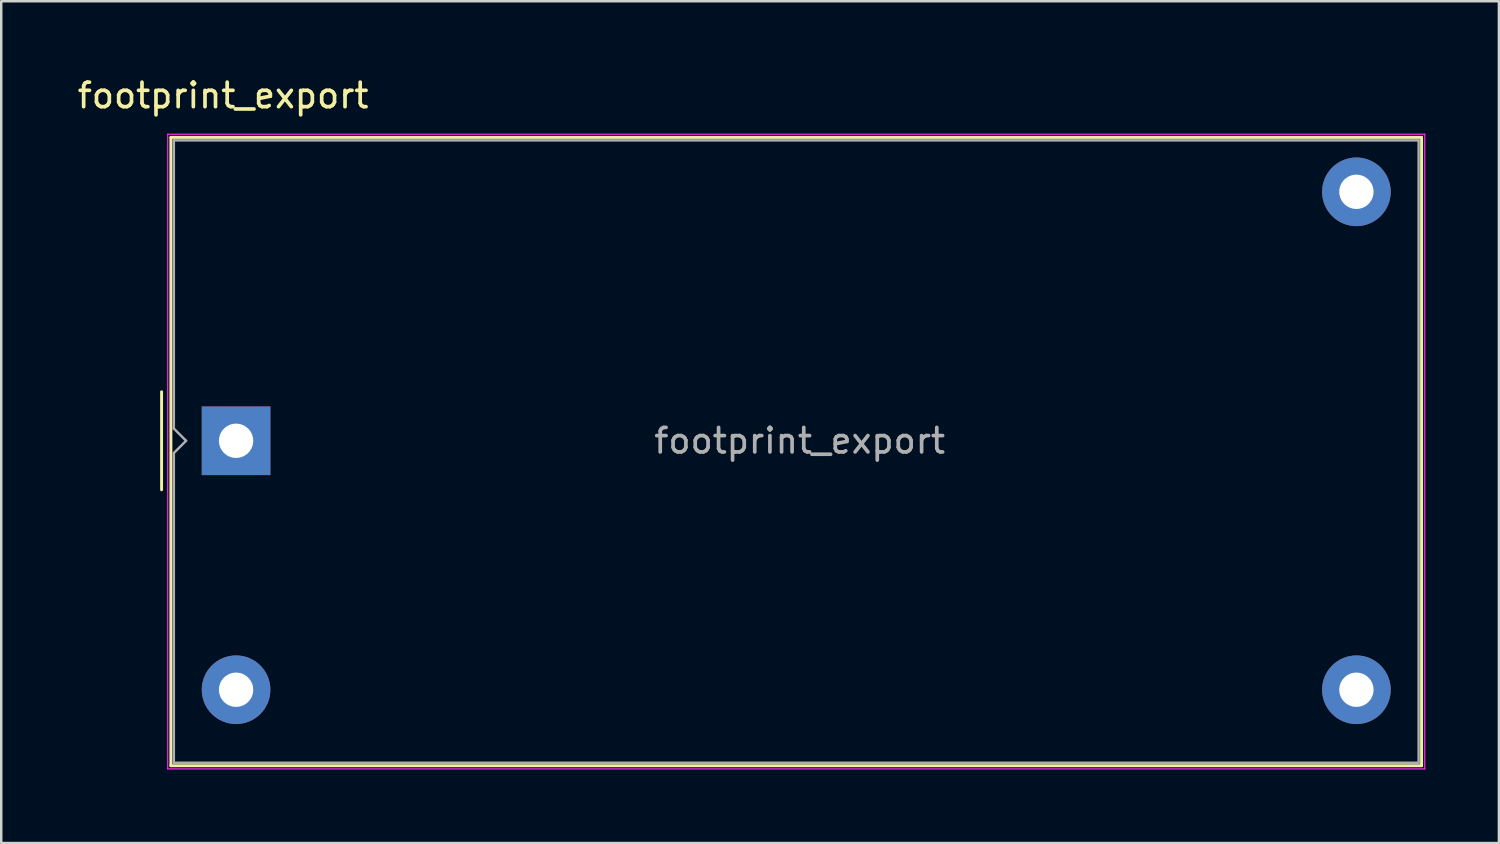
<source format=kicad_pcb>
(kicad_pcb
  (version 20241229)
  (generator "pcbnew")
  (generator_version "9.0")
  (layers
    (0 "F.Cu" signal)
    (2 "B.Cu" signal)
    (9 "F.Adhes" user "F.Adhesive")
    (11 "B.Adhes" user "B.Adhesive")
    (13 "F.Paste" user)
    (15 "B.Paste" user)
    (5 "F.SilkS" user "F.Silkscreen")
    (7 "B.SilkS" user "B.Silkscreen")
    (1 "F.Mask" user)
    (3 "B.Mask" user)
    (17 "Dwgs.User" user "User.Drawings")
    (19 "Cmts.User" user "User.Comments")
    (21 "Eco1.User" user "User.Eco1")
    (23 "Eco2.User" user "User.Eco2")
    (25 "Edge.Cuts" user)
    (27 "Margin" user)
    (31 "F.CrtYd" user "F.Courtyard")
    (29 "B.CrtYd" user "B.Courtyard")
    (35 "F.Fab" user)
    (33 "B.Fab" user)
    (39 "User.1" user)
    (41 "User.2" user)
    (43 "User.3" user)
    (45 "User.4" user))
  (footprint "footprint_export"
    (layer "F.Cu")
    (at 6.584 14.938)
    (property "Reference" "footprint_export" (at -0.53 -14.09 0) (layer "F.SilkS") (effects (font (size 1 1) (thickness 0.15))))
    (attr through_hole)
    (fp_line (start -3.04 -2) (end -3.04 2) (stroke (width 0.12) (type solid)) (layer "F.SilkS"))
    (fp_line (start -2.66 -12.38) (end 48.38 -12.38) (stroke (width 0.12) (type solid)) (layer "F.SilkS"))
    (fp_line (start -2.66 13.26) (end -2.66 -12.38) (stroke (width 0.12) (type solid)) (layer "F.SilkS"))
    (fp_line (start 48.38 -12.38) (end 48.38 13.26) (stroke (width 0.12) (type solid)) (layer "F.SilkS"))
    (fp_line (start 48.38 13.26) (end -2.66 13.26) (stroke (width 0.12) (type solid)) (layer "F.SilkS"))
    (fp_line (start -2.79 -12.51) (end -2.79 13.39) (stroke (width 0.05) (type solid)) (layer "F.CrtYd"))
    (fp_line (start -2.79 -12.51) (end 48.51 -12.51) (stroke (width 0.05) (type solid)) (layer "F.CrtYd"))
    (fp_line (start -2.79 13.39) (end 48.51 13.39) (stroke (width 0.05) (type solid)) (layer "F.CrtYd"))
    (fp_line (start 48.51 -12.51) (end 48.51 13.39) (stroke (width 0.05) (type solid)) (layer "F.CrtYd"))
    (fp_line (start -2.54 -12.26) (end 48.26 -12.26) (stroke (width 0.1) (type solid)) (layer "F.Fab"))
    (fp_line (start -2.54 -0.5) (end -2.54 -12.26) (stroke (width 0.1) (type solid)) (layer "F.Fab"))
    (fp_line (start -2.54 0.5) (end -2.04 0) (stroke (width 0.1) (type solid)) (layer "F.Fab"))
    (fp_line (start -2.54 13.14) (end -2.54 0.5) (stroke (width 0.1) (type solid)) (layer "F.Fab"))
    (fp_line (start -2.04 0) (end -2.54 -0.5) (stroke (width 0.1) (type solid)) (layer "F.Fab"))
    (fp_line (start 48.26 -12.26) (end 48.26 13.14) (stroke (width 0.1) (type solid)) (layer "F.Fab"))
    (fp_line (start 48.26 13.14) (end -2.54 13.14) (stroke (width 0.1) (type solid)) (layer "F.Fab"))
    (fp_text user "${REFERENCE}" (at 23 0 0) (layer "F.Fab") (effects (font (size 1 1) (thickness 0.15))))
    (pad "1" thru_hole rect (at 0 0) (size 2.8 2.8) (drill 1.4) (layers "*.Cu" "*.Mask"))
    (pad "2" thru_hole circle (at 0 10.16) (size 2.8 2.8) (drill 1.4) (layers "*.Cu" "*.Mask"))
    (pad "3" thru_hole circle (at 45.72 10.16) (size 2.8 2.8) (drill 1.4) (layers "*.Cu" "*.Mask"))
    (pad "4" thru_hole circle (at 45.72 -10.16) (size 2.8 2.8) (drill 1.4) (layers "*.Cu" "*.Mask")))
  (gr_rect
    (start -3 -3)
    (end 58.119 31.353)
    (stroke (width 0.1) (type default))
    (fill no)
    (layer "Edge.Cuts")))
</source>
